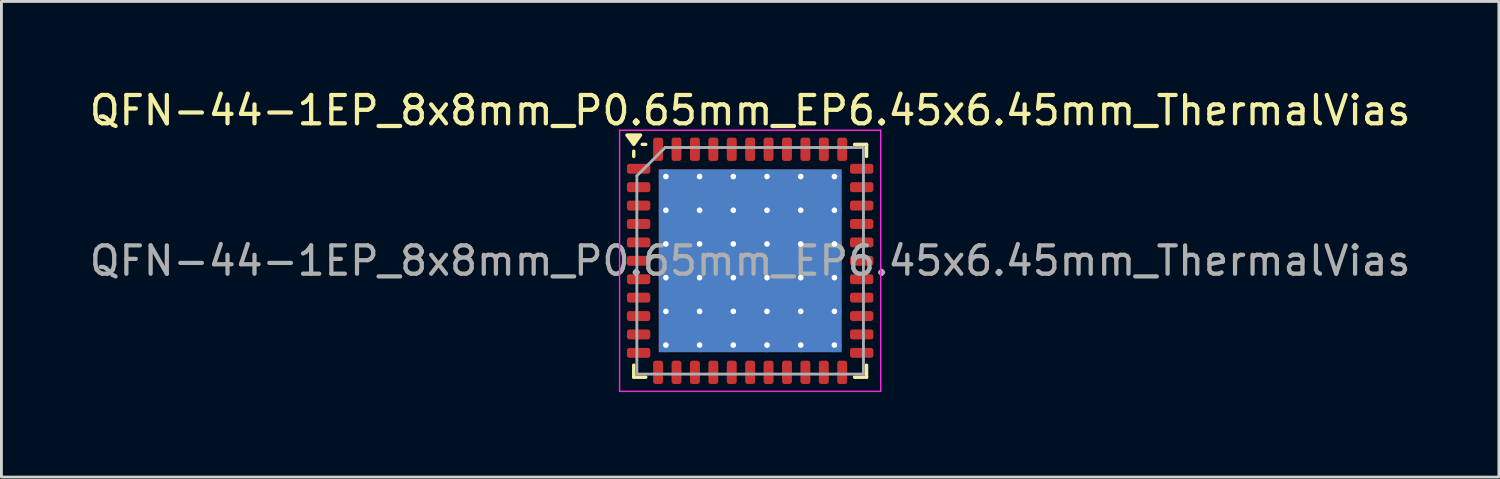
<source format=kicad_pcb>
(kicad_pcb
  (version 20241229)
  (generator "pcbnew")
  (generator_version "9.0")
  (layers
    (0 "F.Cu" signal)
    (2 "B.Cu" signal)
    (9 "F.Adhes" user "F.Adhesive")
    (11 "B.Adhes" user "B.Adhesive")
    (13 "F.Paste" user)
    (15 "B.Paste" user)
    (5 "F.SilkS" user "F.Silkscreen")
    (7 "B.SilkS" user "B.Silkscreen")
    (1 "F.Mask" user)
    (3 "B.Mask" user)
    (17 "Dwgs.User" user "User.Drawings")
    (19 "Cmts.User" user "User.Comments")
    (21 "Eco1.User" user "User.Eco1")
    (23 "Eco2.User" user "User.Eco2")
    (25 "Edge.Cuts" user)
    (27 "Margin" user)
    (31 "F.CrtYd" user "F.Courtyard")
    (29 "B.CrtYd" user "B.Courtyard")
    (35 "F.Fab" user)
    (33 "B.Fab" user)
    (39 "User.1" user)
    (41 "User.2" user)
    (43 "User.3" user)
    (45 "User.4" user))
  (footprint "QFN-44-1EP_8x8mm_P0.65mm_EP6.45x6.45mm_ThermalVias"
    (layer "F.Cu")
    (at 23.435 6.158)
    (property "Reference" "QFN-44-1EP_8x8mm_P0.65mm_EP6.45x6.45mm_ThermalVias" (at 0 -5.31 0) (layer "F.SilkS") (effects (font (size 1 1) (thickness 0.15))))
    (attr smd)
    (fp_line (start -4.11 -3.685) (end -4.11 -3.87) (stroke (width 0.12) (type solid)) (layer "F.SilkS"))
    (fp_line (start -4.11 4.11) (end -4.11 3.685) (stroke (width 0.12) (type solid)) (layer "F.SilkS"))
    (fp_line (start -3.685 -4.11) (end -3.81 -4.11) (stroke (width 0.12) (type solid)) (layer "F.SilkS"))
    (fp_line (start -3.685 4.11) (end -4.11 4.11) (stroke (width 0.12) (type solid)) (layer "F.SilkS"))
    (fp_line (start 3.685 -4.11) (end 4.11 -4.11) (stroke (width 0.12) (type solid)) (layer "F.SilkS"))
    (fp_line (start 3.685 4.11) (end 4.11 4.11) (stroke (width 0.12) (type solid)) (layer "F.SilkS"))
    (fp_line (start 4.11 -4.11) (end 4.11 -3.685) (stroke (width 0.12) (type solid)) (layer "F.SilkS"))
    (fp_line (start 4.11 4.11) (end 4.11 3.685) (stroke (width 0.12) (type solid)) (layer "F.SilkS"))
    (fp_poly (pts (xy -4.11 -4.11) (xy -4.35 -4.44) (xy -3.87 -4.44) (xy -4.11 -4.11)) (stroke (width 0.12) (type solid)) (fill yes) (layer "F.SilkS"))
    (fp_line (start -4.61 -4.61) (end -4.61 4.61) (stroke (width 0.05) (type solid)) (layer "F.CrtYd"))
    (fp_line (start -4.61 4.61) (end 4.61 4.61) (stroke (width 0.05) (type solid)) (layer "F.CrtYd"))
    (fp_line (start 4.61 -4.61) (end -4.61 -4.61) (stroke (width 0.05) (type solid)) (layer "F.CrtYd"))
    (fp_line (start 4.61 4.61) (end 4.61 -4.61) (stroke (width 0.05) (type solid)) (layer "F.CrtYd"))
    (fp_line (start -4 -3) (end -3 -4) (stroke (width 0.1) (type solid)) (layer "F.Fab"))
    (fp_line (start -4 4) (end -4 -3) (stroke (width 0.1) (type solid)) (layer "F.Fab"))
    (fp_line (start -3 -4) (end 4 -4) (stroke (width 0.1) (type solid)) (layer "F.Fab"))
    (fp_line (start 4 -4) (end 4 4) (stroke (width 0.1) (type solid)) (layer "F.Fab"))
    (fp_line (start 4 4) (end -4 4) (stroke (width 0.1) (type solid)) (layer "F.Fab"))
    (fp_text user "${REFERENCE}" (at 0 0 0) (layer "F.Fab") (effects (font (size 1 1) (thickness 0.15))))
    (pad "" smd roundrect (at -2.38 -2.38) (size 0.999 0.999) (layers "F.Paste") (roundrect_rratio 0.25))
    (pad "" smd roundrect (at -2.38 -1.19) (size 0.999 0.999) (layers "F.Paste") (roundrect_rratio 0.25))
    (pad "" smd roundrect (at -2.38 0) (size 0.999 0.999) (layers "F.Paste") (roundrect_rratio 0.25))
    (pad "" smd roundrect (at -2.38 1.19) (size 0.999 0.999) (layers "F.Paste") (roundrect_rratio 0.25))
    (pad "" smd roundrect (at -2.38 2.38) (size 0.999 0.999) (layers "F.Paste") (roundrect_rratio 0.25))
    (pad "" smd roundrect (at -1.19 -2.38) (size 0.999 0.999) (layers "F.Paste") (roundrect_rratio 0.25))
    (pad "" smd roundrect (at -1.19 -1.19) (size 0.999 0.999) (layers "F.Paste") (roundrect_rratio 0.25))
    (pad "" smd roundrect (at -1.19 0) (size 0.999 0.999) (layers "F.Paste") (roundrect_rratio 0.25))
    (pad "" smd roundrect (at -1.19 1.19) (size 0.999 0.999) (layers "F.Paste") (roundrect_rratio 0.25))
    (pad "" smd roundrect (at -1.19 2.38) (size 0.999 0.999) (layers "F.Paste") (roundrect_rratio 0.25))
    (pad "" smd roundrect (at 0 -2.38) (size 0.999 0.999) (layers "F.Paste") (roundrect_rratio 0.25))
    (pad "" smd roundrect (at 0 -1.19) (size 0.999 0.999) (layers "F.Paste") (roundrect_rratio 0.25))
    (pad "" smd roundrect (at 0 0) (size 0.999 0.999) (layers "F.Paste") (roundrect_rratio 0.25))
    (pad "" smd roundrect (at 0 1.19) (size 0.999 0.999) (layers "F.Paste") (roundrect_rratio 0.25))
    (pad "" smd roundrect (at 0 2.38) (size 0.999 0.999) (layers "F.Paste") (roundrect_rratio 0.25))
    (pad "" smd roundrect (at 1.19 -2.38) (size 0.999 0.999) (layers "F.Paste") (roundrect_rratio 0.25))
    (pad "" smd roundrect (at 1.19 -1.19) (size 0.999 0.999) (layers "F.Paste") (roundrect_rratio 0.25))
    (pad "" smd roundrect (at 1.19 0) (size 0.999 0.999) (layers "F.Paste") (roundrect_rratio 0.25))
    (pad "" smd roundrect (at 1.19 1.19) (size 0.999 0.999) (layers "F.Paste") (roundrect_rratio 0.25))
    (pad "" smd roundrect (at 1.19 2.38) (size 0.999 0.999) (layers "F.Paste") (roundrect_rratio 0.25))
    (pad "" smd roundrect (at 2.38 -2.38) (size 0.999 0.999) (layers "F.Paste") (roundrect_rratio 0.25))
    (pad "" smd roundrect (at 2.38 -1.19) (size 0.999 0.999) (layers "F.Paste") (roundrect_rratio 0.25))
    (pad "" smd roundrect (at 2.38 0) (size 0.999 0.999) (layers "F.Paste") (roundrect_rratio 0.25))
    (pad "" smd roundrect (at 2.38 1.19) (size 0.999 0.999) (layers "F.Paste") (roundrect_rratio 0.25))
    (pad "" smd roundrect (at 2.38 2.38) (size 0.999 0.999) (layers "F.Paste") (roundrect_rratio 0.25))
    (pad "1" smd roundrect (at -3.938 -3.25) (size 0.825 0.35) (layers "F.Cu" "F.Mask" "F.Paste") (roundrect_rratio 0.25))
    (pad "2" smd roundrect (at -3.938 -2.6) (size 0.825 0.35) (layers "F.Cu" "F.Mask" "F.Paste") (roundrect_rratio 0.25))
    (pad "3" smd roundrect (at -3.938 -1.95) (size 0.825 0.35) (layers "F.Cu" "F.Mask" "F.Paste") (roundrect_rratio 0.25))
    (pad "4" smd roundrect (at -3.938 -1.3) (size 0.825 0.35) (layers "F.Cu" "F.Mask" "F.Paste") (roundrect_rratio 0.25))
    (pad "5" smd roundrect (at -3.938 -0.65) (size 0.825 0.35) (layers "F.Cu" "F.Mask" "F.Paste") (roundrect_rratio 0.25))
    (pad "6" smd roundrect (at -3.938 0) (size 0.825 0.35) (layers "F.Cu" "F.Mask" "F.Paste") (roundrect_rratio 0.25))
    (pad "7" smd roundrect (at -3.938 0.65) (size 0.825 0.35) (layers "F.Cu" "F.Mask" "F.Paste") (roundrect_rratio 0.25))
    (pad "8" smd roundrect (at -3.938 1.3) (size 0.825 0.35) (layers "F.Cu" "F.Mask" "F.Paste") (roundrect_rratio 0.25))
    (pad "9" smd roundrect (at -3.938 1.95) (size 0.825 0.35) (layers "F.Cu" "F.Mask" "F.Paste") (roundrect_rratio 0.25))
    (pad "10" smd roundrect (at -3.938 2.6) (size 0.825 0.35) (layers "F.Cu" "F.Mask" "F.Paste") (roundrect_rratio 0.25))
    (pad "11" smd roundrect (at -3.938 3.25) (size 0.825 0.35) (layers "F.Cu" "F.Mask" "F.Paste") (roundrect_rratio 0.25))
    (pad "12" smd roundrect (at -3.25 3.938) (size 0.35 0.825) (layers "F.Cu" "F.Mask" "F.Paste") (roundrect_rratio 0.25))
    (pad "13" smd roundrect (at -2.6 3.938) (size 0.35 0.825) (layers "F.Cu" "F.Mask" "F.Paste") (roundrect_rratio 0.25))
    (pad "14" smd roundrect (at -1.95 3.938) (size 0.35 0.825) (layers "F.Cu" "F.Mask" "F.Paste") (roundrect_rratio 0.25))
    (pad "15" smd roundrect (at -1.3 3.938) (size 0.35 0.825) (layers "F.Cu" "F.Mask" "F.Paste") (roundrect_rratio 0.25))
    (pad "16" smd roundrect (at -0.65 3.938) (size 0.35 0.825) (layers "F.Cu" "F.Mask" "F.Paste") (roundrect_rratio 0.25))
    (pad "17" smd roundrect (at 0 3.938) (size 0.35 0.825) (layers "F.Cu" "F.Mask" "F.Paste") (roundrect_rratio 0.25))
    (pad "18" smd roundrect (at 0.65 3.938) (size 0.35 0.825) (layers "F.Cu" "F.Mask" "F.Paste") (roundrect_rratio 0.25))
    (pad "19" smd roundrect (at 1.3 3.938) (size 0.35 0.825) (layers "F.Cu" "F.Mask" "F.Paste") (roundrect_rratio 0.25))
    (pad "20" smd roundrect (at 1.95 3.938) (size 0.35 0.825) (layers "F.Cu" "F.Mask" "F.Paste") (roundrect_rratio 0.25))
    (pad "21" smd roundrect (at 2.6 3.938) (size 0.35 0.825) (layers "F.Cu" "F.Mask" "F.Paste") (roundrect_rratio 0.25))
    (pad "22" smd roundrect (at 3.25 3.938) (size 0.35 0.825) (layers "F.Cu" "F.Mask" "F.Paste") (roundrect_rratio 0.25))
    (pad "23" smd roundrect (at 3.938 3.25) (size 0.825 0.35) (layers "F.Cu" "F.Mask" "F.Paste") (roundrect_rratio 0.25))
    (pad "24" smd roundrect (at 3.938 2.6) (size 0.825 0.35) (layers "F.Cu" "F.Mask" "F.Paste") (roundrect_rratio 0.25))
    (pad "25" smd roundrect (at 3.938 1.95) (size 0.825 0.35) (layers "F.Cu" "F.Mask" "F.Paste") (roundrect_rratio 0.25))
    (pad "26" smd roundrect (at 3.938 1.3) (size 0.825 0.35) (layers "F.Cu" "F.Mask" "F.Paste") (roundrect_rratio 0.25))
    (pad "27" smd roundrect (at 3.938 0.65) (size 0.825 0.35) (layers "F.Cu" "F.Mask" "F.Paste") (roundrect_rratio 0.25))
    (pad "28" smd roundrect (at 3.938 0) (size 0.825 0.35) (layers "F.Cu" "F.Mask" "F.Paste") (roundrect_rratio 0.25))
    (pad "29" smd roundrect (at 3.938 -0.65) (size 0.825 0.35) (layers "F.Cu" "F.Mask" "F.Paste") (roundrect_rratio 0.25))
    (pad "30" smd roundrect (at 3.938 -1.3) (size 0.825 0.35) (layers "F.Cu" "F.Mask" "F.Paste") (roundrect_rratio 0.25))
    (pad "31" smd roundrect (at 3.938 -1.95) (size 0.825 0.35) (layers "F.Cu" "F.Mask" "F.Paste") (roundrect_rratio 0.25))
    (pad "32" smd roundrect (at 3.938 -2.6) (size 0.825 0.35) (layers "F.Cu" "F.Mask" "F.Paste") (roundrect_rratio 0.25))
    (pad "33" smd roundrect (at 3.938 -3.25) (size 0.825 0.35) (layers "F.Cu" "F.Mask" "F.Paste") (roundrect_rratio 0.25))
    (pad "34" smd roundrect (at 3.25 -3.938) (size 0.35 0.825) (layers "F.Cu" "F.Mask" "F.Paste") (roundrect_rratio 0.25))
    (pad "35" smd roundrect (at 2.6 -3.938) (size 0.35 0.825) (layers "F.Cu" "F.Mask" "F.Paste") (roundrect_rratio 0.25))
    (pad "36" smd roundrect (at 1.95 -3.938) (size 0.35 0.825) (layers "F.Cu" "F.Mask" "F.Paste") (roundrect_rratio 0.25))
    (pad "37" smd roundrect (at 1.3 -3.938) (size 0.35 0.825) (layers "F.Cu" "F.Mask" "F.Paste") (roundrect_rratio 0.25))
    (pad "38" smd roundrect (at 0.65 -3.938) (size 0.35 0.825) (layers "F.Cu" "F.Mask" "F.Paste") (roundrect_rratio 0.25))
    (pad "39" smd roundrect (at 0 -3.938) (size 0.35 0.825) (layers "F.Cu" "F.Mask" "F.Paste") (roundrect_rratio 0.25))
    (pad "40" smd roundrect (at -0.65 -3.938) (size 0.35 0.825) (layers "F.Cu" "F.Mask" "F.Paste") (roundrect_rratio 0.25))
    (pad "41" smd roundrect (at -1.3 -3.938) (size 0.35 0.825) (layers "F.Cu" "F.Mask" "F.Paste") (roundrect_rratio 0.25))
    (pad "42" smd roundrect (at -1.95 -3.938) (size 0.35 0.825) (layers "F.Cu" "F.Mask" "F.Paste") (roundrect_rratio 0.25))
    (pad "43" smd roundrect (at -2.6 -3.938) (size 0.35 0.825) (layers "F.Cu" "F.Mask" "F.Paste") (roundrect_rratio 0.25))
    (pad "44" smd roundrect (at -3.25 -3.938) (size 0.35 0.825) (layers "F.Cu" "F.Mask" "F.Paste") (roundrect_rratio 0.25))
    (pad "45" thru_hole circle (at -2.975 -2.975) (size 0.5 0.5) (drill 0.2) (property pad_prop_heatsink) (layers "*.Cu"))
    (pad "45" thru_hole circle (at -2.975 -1.785) (size 0.5 0.5) (drill 0.2) (property pad_prop_heatsink) (layers "*.Cu"))
    (pad "45" thru_hole circle (at -2.975 -0.595) (size 0.5 0.5) (drill 0.2) (property pad_prop_heatsink) (layers "*.Cu"))
    (pad "45" thru_hole circle (at -2.975 0.595) (size 0.5 0.5) (drill 0.2) (property pad_prop_heatsink) (layers "*.Cu"))
    (pad "45" thru_hole circle (at -2.975 1.785) (size 0.5 0.5) (drill 0.2) (property pad_prop_heatsink) (layers "*.Cu"))
    (pad "45" thru_hole circle (at -2.975 2.975) (size 0.5 0.5) (drill 0.2) (property pad_prop_heatsink) (layers "*.Cu"))
    (pad "45" thru_hole circle (at -1.785 -2.975) (size 0.5 0.5) (drill 0.2) (property pad_prop_heatsink) (layers "*.Cu"))
    (pad "45" thru_hole circle (at -1.785 -1.785) (size 0.5 0.5) (drill 0.2) (property pad_prop_heatsink) (layers "*.Cu"))
    (pad "45" thru_hole circle (at -1.785 -0.595) (size 0.5 0.5) (drill 0.2) (property pad_prop_heatsink) (layers "*.Cu"))
    (pad "45" thru_hole circle (at -1.785 0.595) (size 0.5 0.5) (drill 0.2) (property pad_prop_heatsink) (layers "*.Cu"))
    (pad "45" thru_hole circle (at -1.785 1.785) (size 0.5 0.5) (drill 0.2) (property pad_prop_heatsink) (layers "*.Cu"))
    (pad "45" thru_hole circle (at -1.785 2.975) (size 0.5 0.5) (drill 0.2) (property pad_prop_heatsink) (layers "*.Cu"))
    (pad "45" thru_hole circle (at -0.595 -2.975) (size 0.5 0.5) (drill 0.2) (property pad_prop_heatsink) (layers "*.Cu"))
    (pad "45" thru_hole circle (at -0.595 -1.785) (size 0.5 0.5) (drill 0.2) (property pad_prop_heatsink) (layers "*.Cu"))
    (pad "45" thru_hole circle (at -0.595 -0.595) (size 0.5 0.5) (drill 0.2) (property pad_prop_heatsink) (layers "*.Cu"))
    (pad "45" thru_hole circle (at -0.595 0.595) (size 0.5 0.5) (drill 0.2) (property pad_prop_heatsink) (layers "*.Cu"))
    (pad "45" thru_hole circle (at -0.595 1.785) (size 0.5 0.5) (drill 0.2) (property pad_prop_heatsink) (layers "*.Cu"))
    (pad "45" thru_hole circle (at -0.595 2.975) (size 0.5 0.5) (drill 0.2) (property pad_prop_heatsink) (layers "*.Cu"))
    (pad "45" smd rect (at 0 0) (size 6.45 6.45) (property pad_prop_heatsink) (layers "F.Cu" "F.Mask"))
    (pad "45" smd rect (at 0 0) (size 6.45 6.45) (property pad_prop_heatsink) (layers "B.Cu"))
    (pad "45" thru_hole circle (at 0.595 -2.975) (size 0.5 0.5) (drill 0.2) (property pad_prop_heatsink) (layers "*.Cu"))
    (pad "45" thru_hole circle (at 0.595 -1.785) (size 0.5 0.5) (drill 0.2) (property pad_prop_heatsink) (layers "*.Cu"))
    (pad "45" thru_hole circle (at 0.595 -0.595) (size 0.5 0.5) (drill 0.2) (property pad_prop_heatsink) (layers "*.Cu"))
    (pad "45" thru_hole circle (at 0.595 0.595) (size 0.5 0.5) (drill 0.2) (property pad_prop_heatsink) (layers "*.Cu"))
    (pad "45" thru_hole circle (at 0.595 1.785) (size 0.5 0.5) (drill 0.2) (property pad_prop_heatsink) (layers "*.Cu"))
    (pad "45" thru_hole circle (at 0.595 2.975) (size 0.5 0.5) (drill 0.2) (property pad_prop_heatsink) (layers "*.Cu"))
    (pad "45" thru_hole circle (at 1.785 -2.975) (size 0.5 0.5) (drill 0.2) (property pad_prop_heatsink) (layers "*.Cu"))
    (pad "45" thru_hole circle (at 1.785 -1.785) (size 0.5 0.5) (drill 0.2) (property pad_prop_heatsink) (layers "*.Cu"))
    (pad "45" thru_hole circle (at 1.785 -0.595) (size 0.5 0.5) (drill 0.2) (property pad_prop_heatsink) (layers "*.Cu"))
    (pad "45" thru_hole circle (at 1.785 0.595) (size 0.5 0.5) (drill 0.2) (property pad_prop_heatsink) (layers "*.Cu"))
    (pad "45" thru_hole circle (at 1.785 1.785) (size 0.5 0.5) (drill 0.2) (property pad_prop_heatsink) (layers "*.Cu"))
    (pad "45" thru_hole circle (at 1.785 2.975) (size 0.5 0.5) (drill 0.2) (property pad_prop_heatsink) (layers "*.Cu"))
    (pad "45" thru_hole circle (at 2.975 -2.975) (size 0.5 0.5) (drill 0.2) (property pad_prop_heatsink) (layers "*.Cu"))
    (pad "45" thru_hole circle (at 2.975 -1.785) (size 0.5 0.5) (drill 0.2) (property pad_prop_heatsink) (layers "*.Cu"))
    (pad "45" thru_hole circle (at 2.975 -0.595) (size 0.5 0.5) (drill 0.2) (property pad_prop_heatsink) (layers "*.Cu"))
    (pad "45" thru_hole circle (at 2.975 0.595) (size 0.5 0.5) (drill 0.2) (property pad_prop_heatsink) (layers "*.Cu"))
    (pad "45" thru_hole circle (at 2.975 1.785) (size 0.5 0.5) (drill 0.2) (property pad_prop_heatsink) (layers "*.Cu"))
    (pad "45" thru_hole circle (at 2.975 2.975) (size 0.5 0.5) (drill 0.2) (property pad_prop_heatsink) (layers "*.Cu")))
  (gr_rect
    (start -3 -3)
    (end 49.869 13.793)
    (stroke (width 0.1) (type default))
    (fill no)
    (layer "Edge.Cuts")))
</source>
